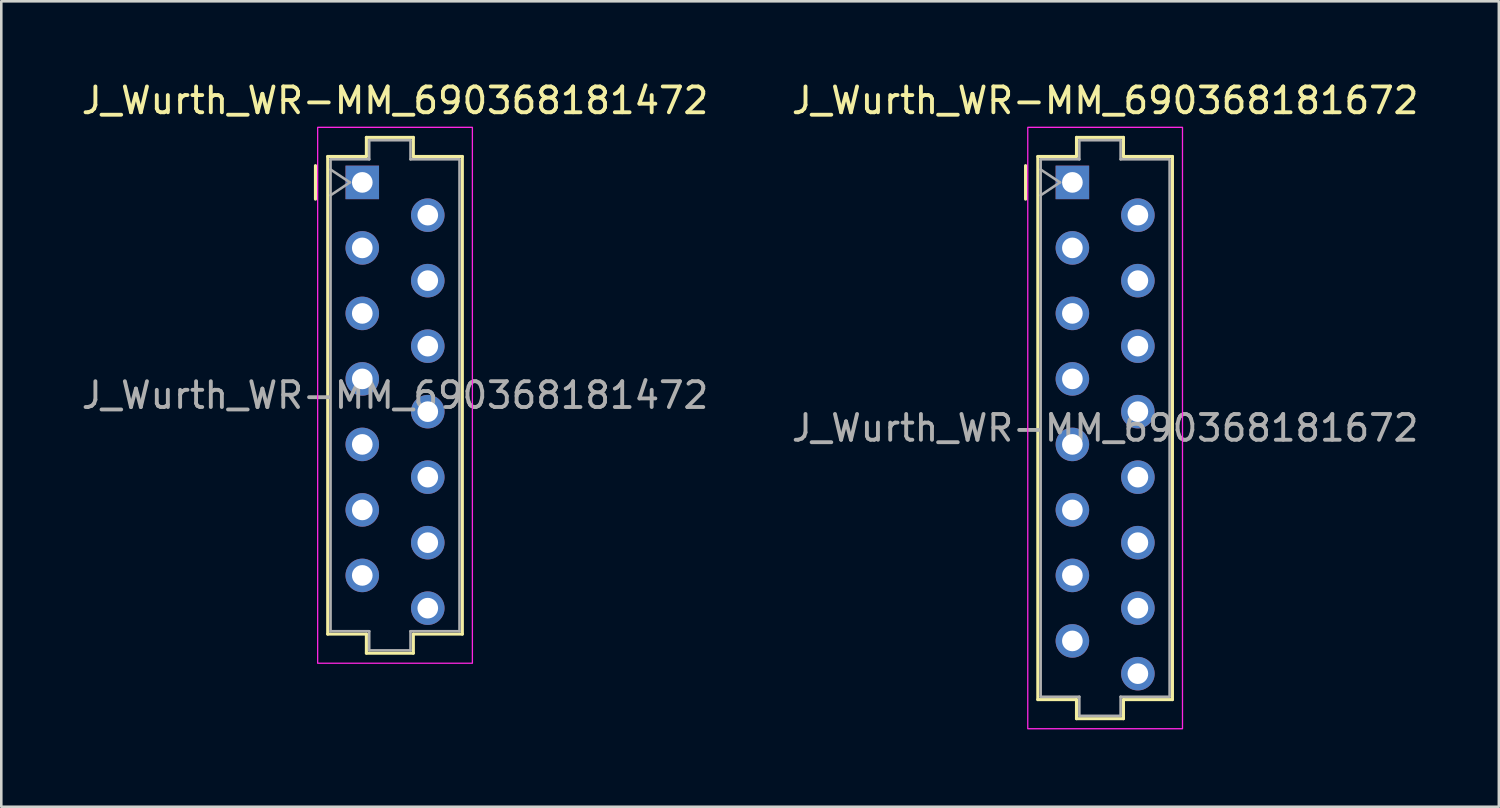
<source format=kicad_pcb>
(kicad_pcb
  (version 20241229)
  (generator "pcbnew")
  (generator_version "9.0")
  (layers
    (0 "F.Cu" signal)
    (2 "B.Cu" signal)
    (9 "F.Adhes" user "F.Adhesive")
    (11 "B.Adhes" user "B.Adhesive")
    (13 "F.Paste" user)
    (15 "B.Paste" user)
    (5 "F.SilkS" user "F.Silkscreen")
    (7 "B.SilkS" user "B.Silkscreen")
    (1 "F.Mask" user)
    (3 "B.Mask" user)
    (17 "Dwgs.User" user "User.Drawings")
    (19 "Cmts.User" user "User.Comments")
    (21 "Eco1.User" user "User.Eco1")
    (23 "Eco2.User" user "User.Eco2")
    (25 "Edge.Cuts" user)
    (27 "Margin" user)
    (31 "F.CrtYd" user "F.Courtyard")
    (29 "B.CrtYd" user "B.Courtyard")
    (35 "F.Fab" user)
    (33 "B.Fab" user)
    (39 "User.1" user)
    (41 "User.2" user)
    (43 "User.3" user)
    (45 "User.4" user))
  (footprint "J_Wurth_WR-MM_690368181472"
    (layer "F.Cu")
    (at 10.998 4.023)
    (property "Reference" "J_Wurth_WR-MM_690368181472" (at 1.27 -3.175 0) (unlocked yes) (layer "F.SilkS") (effects (font (size 1 1) (thickness 0.15))))
    (attr through_hole)
    (fp_line (start -1.815 0.65) (end -1.815 -0.65) (stroke (width 0.12) (type solid)) (layer "F.SilkS"))
    (fp_line (start -1.34 17.515) (end -1.34 -1.005) (stroke (width 0.12) (type solid)) (layer "F.SilkS"))
    (fp_line (start 0.16 -1.005) (end -1.34 -1.005) (stroke (width 0.12) (type solid)) (layer "F.SilkS"))
    (fp_line (start 0.16 -1.005) (end 0.16 -1.745) (stroke (width 0.12) (type solid)) (layer "F.SilkS"))
    (fp_line (start 0.16 17.515) (end -1.34 17.515) (stroke (width 0.12) (type solid)) (layer "F.SilkS"))
    (fp_line (start 0.16 17.515) (end 0.16 18.255) (stroke (width 0.12) (type solid)) (layer "F.SilkS"))
    (fp_line (start 1.98 -1.745) (end 0.16 -1.745) (stroke (width 0.12) (type solid)) (layer "F.SilkS"))
    (fp_line (start 1.98 -1.005) (end 1.98 -1.745) (stroke (width 0.12) (type solid)) (layer "F.SilkS"))
    (fp_line (start 1.98 17.515) (end 1.98 18.255) (stroke (width 0.12) (type solid)) (layer "F.SilkS"))
    (fp_line (start 1.98 18.255) (end 0.16 18.255) (stroke (width 0.12) (type solid)) (layer "F.SilkS"))
    (fp_line (start 3.88 -1.005) (end 1.98 -1.005) (stroke (width 0.12) (type solid)) (layer "F.SilkS"))
    (fp_line (start 3.88 17.515) (end 1.98 17.515) (stroke (width 0.12) (type solid)) (layer "F.SilkS"))
    (fp_line (start 3.88 17.515) (end 3.88 -1.005) (stroke (width 0.12) (type solid)) (layer "F.SilkS"))
    (fp_rect (start -1.73 -2.135) (end 4.27 18.645) (stroke (width 0.05) (type solid)) (fill no) (layer "F.CrtYd"))
    (fp_line (start -1.23 17.405) (end -1.23 -0.895) (stroke (width 0.1) (type solid)) (layer "F.Fab"))
    (fp_line (start -0.48 0) (end -1.23 -0.5) (stroke (width 0.1) (type solid)) (layer "F.Fab"))
    (fp_line (start -0.48 0) (end -1.23 0.5) (stroke (width 0.1) (type solid)) (layer "F.Fab"))
    (fp_line (start 0.27 -1.635) (end 1.87 -1.635) (stroke (width 0.1) (type solid)) (layer "F.Fab"))
    (fp_line (start 0.27 -0.895) (end -1.23 -0.895) (stroke (width 0.1) (type solid)) (layer "F.Fab"))
    (fp_line (start 0.27 -0.895) (end 0.27 -1.635) (stroke (width 0.1) (type solid)) (layer "F.Fab"))
    (fp_line (start 0.27 17.405) (end -1.23 17.405) (stroke (width 0.1) (type solid)) (layer "F.Fab"))
    (fp_line (start 0.27 17.405) (end 0.27 18.145) (stroke (width 0.1) (type solid)) (layer "F.Fab"))
    (fp_line (start 0.27 18.145) (end 1.87 18.145) (stroke (width 0.1) (type solid)) (layer "F.Fab"))
    (fp_line (start 1.87 -0.895) (end 1.87 -1.635) (stroke (width 0.1) (type solid)) (layer "F.Fab"))
    (fp_line (start 1.87 -0.895) (end 3.77 -0.895) (stroke (width 0.1) (type solid)) (layer "F.Fab"))
    (fp_line (start 1.87 17.405) (end 1.87 18.145) (stroke (width 0.1) (type solid)) (layer "F.Fab"))
    (fp_line (start 1.87 17.405) (end 3.77 17.405) (stroke (width 0.1) (type solid)) (layer "F.Fab"))
    (fp_line (start 3.77 17.405) (end 3.77 -0.895) (stroke (width 0.1) (type solid)) (layer "F.Fab"))
    (fp_text user "${REFERENCE}" (at 1.27 8.255 0) (unlocked yes) (layer "F.Fab") (effects (font (size 1 1) (thickness 0.15))))
    (pad "1" thru_hole rect (at 0 0 90) (size 1.3 1.3) (drill 0.8) (layers "*.Cu" "*.Mask"))
    (pad "2" thru_hole circle (at 2.54 1.27 90) (size 1.3 1.3) (drill 0.8) (layers "*.Cu" "*.Mask"))
    (pad "3" thru_hole circle (at 0 2.54 90) (size 1.3 1.3) (drill 0.8) (layers "*.Cu" "*.Mask"))
    (pad "4" thru_hole circle (at 2.54 3.81 90) (size 1.3 1.3) (drill 0.8) (layers "*.Cu" "*.Mask"))
    (pad "5" thru_hole circle (at 0 5.08 90) (size 1.3 1.3) (drill 0.8) (layers "*.Cu" "*.Mask"))
    (pad "6" thru_hole circle (at 2.54 6.35 90) (size 1.3 1.3) (drill 0.8) (layers "*.Cu" "*.Mask"))
    (pad "7" thru_hole circle (at 0 7.62 90) (size 1.3 1.3) (drill 0.8) (layers "*.Cu" "*.Mask"))
    (pad "8" thru_hole circle (at 2.54 8.89 90) (size 1.3 1.3) (drill 0.8) (layers "*.Cu" "*.Mask"))
    (pad "9" thru_hole circle (at 0 10.16 90) (size 1.3 1.3) (drill 0.8) (layers "*.Cu" "*.Mask"))
    (pad "10" thru_hole circle (at 2.54 11.43 90) (size 1.3 1.3) (drill 0.8) (layers "*.Cu" "*.Mask"))
    (pad "11" thru_hole circle (at 0 12.7 90) (size 1.3 1.3) (drill 0.8) (layers "*.Cu" "*.Mask"))
    (pad "12" thru_hole circle (at 2.54 13.97 90) (size 1.3 1.3) (drill 0.8) (layers "*.Cu" "*.Mask"))
    (pad "13" thru_hole circle (at 0 15.24 90) (size 1.3 1.3) (drill 0.8) (layers "*.Cu" "*.Mask"))
    (pad "14" thru_hole circle (at 2.54 16.51 90) (size 1.3 1.3) (drill 0.8) (layers "*.Cu" "*.Mask")))
  (footprint "J_Wurth_WR-MM_690368181672"
    (layer "F.Cu")
    (at 38.534 4.023)
    (property "Reference" "J_Wurth_WR-MM_690368181672" (at 1.27 -3.175 0) (unlocked yes) (layer "F.SilkS") (effects (font (size 1 1) (thickness 0.15))))
    (attr through_hole)
    (fp_line (start -1.815 0.65) (end -1.815 -0.65) (stroke (width 0.12) (type solid)) (layer "F.SilkS"))
    (fp_line (start -1.34 20.055) (end -1.34 -1.005) (stroke (width 0.12) (type solid)) (layer "F.SilkS"))
    (fp_line (start 0.16 -1.005) (end -1.34 -1.005) (stroke (width 0.12) (type solid)) (layer "F.SilkS"))
    (fp_line (start 0.16 -1.005) (end 0.16 -1.745) (stroke (width 0.12) (type solid)) (layer "F.SilkS"))
    (fp_line (start 0.16 20.055) (end -1.34 20.055) (stroke (width 0.12) (type solid)) (layer "F.SilkS"))
    (fp_line (start 0.16 20.055) (end 0.16 20.795) (stroke (width 0.12) (type solid)) (layer "F.SilkS"))
    (fp_line (start 1.98 -1.745) (end 0.16 -1.745) (stroke (width 0.12) (type solid)) (layer "F.SilkS"))
    (fp_line (start 1.98 -1.005) (end 1.98 -1.745) (stroke (width 0.12) (type solid)) (layer "F.SilkS"))
    (fp_line (start 1.98 20.055) (end 1.98 20.795) (stroke (width 0.12) (type solid)) (layer "F.SilkS"))
    (fp_line (start 1.98 20.795) (end 0.16 20.795) (stroke (width 0.12) (type solid)) (layer "F.SilkS"))
    (fp_line (start 3.88 -1.005) (end 1.98 -1.005) (stroke (width 0.12) (type solid)) (layer "F.SilkS"))
    (fp_line (start 3.88 20.055) (end 1.98 20.055) (stroke (width 0.12) (type solid)) (layer "F.SilkS"))
    (fp_line (start 3.88 20.055) (end 3.88 -1.005) (stroke (width 0.12) (type solid)) (layer "F.SilkS"))
    (fp_rect (start -1.73 -2.135) (end 4.27 21.185) (stroke (width 0.05) (type solid)) (fill no) (layer "F.CrtYd"))
    (fp_line (start -1.23 19.945) (end -1.23 -0.895) (stroke (width 0.1) (type solid)) (layer "F.Fab"))
    (fp_line (start -0.48 0) (end -1.23 -0.5) (stroke (width 0.1) (type solid)) (layer "F.Fab"))
    (fp_line (start -0.48 0) (end -1.23 0.5) (stroke (width 0.1) (type solid)) (layer "F.Fab"))
    (fp_line (start 0.27 -1.635) (end 1.87 -1.635) (stroke (width 0.1) (type solid)) (layer "F.Fab"))
    (fp_line (start 0.27 -0.895) (end -1.23 -0.895) (stroke (width 0.1) (type solid)) (layer "F.Fab"))
    (fp_line (start 0.27 -0.895) (end 0.27 -1.635) (stroke (width 0.1) (type solid)) (layer "F.Fab"))
    (fp_line (start 0.27 19.945) (end -1.23 19.945) (stroke (width 0.1) (type solid)) (layer "F.Fab"))
    (fp_line (start 0.27 19.945) (end 0.27 20.685) (stroke (width 0.1) (type solid)) (layer "F.Fab"))
    (fp_line (start 0.27 20.685) (end 1.87 20.685) (stroke (width 0.1) (type solid)) (layer "F.Fab"))
    (fp_line (start 1.87 -0.895) (end 1.87 -1.635) (stroke (width 0.1) (type solid)) (layer "F.Fab"))
    (fp_line (start 1.87 -0.895) (end 3.77 -0.895) (stroke (width 0.1) (type solid)) (layer "F.Fab"))
    (fp_line (start 1.87 19.945) (end 1.87 20.685) (stroke (width 0.1) (type solid)) (layer "F.Fab"))
    (fp_line (start 1.87 19.945) (end 3.77 19.945) (stroke (width 0.1) (type solid)) (layer "F.Fab"))
    (fp_line (start 3.77 19.945) (end 3.77 -0.895) (stroke (width 0.1) (type solid)) (layer "F.Fab"))
    (fp_text user "${REFERENCE}" (at 1.27 9.525 0) (unlocked yes) (layer "F.Fab") (effects (font (size 1 1) (thickness 0.15))))
    (pad "1" thru_hole rect (at 0 0 90) (size 1.3 1.3) (drill 0.8) (layers "*.Cu" "*.Mask"))
    (pad "2" thru_hole circle (at 2.54 1.27 90) (size 1.3 1.3) (drill 0.8) (layers "*.Cu" "*.Mask"))
    (pad "3" thru_hole circle (at 0 2.54 90) (size 1.3 1.3) (drill 0.8) (layers "*.Cu" "*.Mask"))
    (pad "4" thru_hole circle (at 2.54 3.81 90) (size 1.3 1.3) (drill 0.8) (layers "*.Cu" "*.Mask"))
    (pad "5" thru_hole circle (at 0 5.08 90) (size 1.3 1.3) (drill 0.8) (layers "*.Cu" "*.Mask"))
    (pad "6" thru_hole circle (at 2.54 6.35 90) (size 1.3 1.3) (drill 0.8) (layers "*.Cu" "*.Mask"))
    (pad "7" thru_hole circle (at 0 7.62 90) (size 1.3 1.3) (drill 0.8) (layers "*.Cu" "*.Mask"))
    (pad "8" thru_hole circle (at 2.54 8.89 90) (size 1.3 1.3) (drill 0.8) (layers "*.Cu" "*.Mask"))
    (pad "9" thru_hole circle (at 0 10.16 90) (size 1.3 1.3) (drill 0.8) (layers "*.Cu" "*.Mask"))
    (pad "10" thru_hole circle (at 2.54 11.43 90) (size 1.3 1.3) (drill 0.8) (layers "*.Cu" "*.Mask"))
    (pad "11" thru_hole circle (at 0 12.7 90) (size 1.3 1.3) (drill 0.8) (layers "*.Cu" "*.Mask"))
    (pad "12" thru_hole circle (at 2.54 13.97 90) (size 1.3 1.3) (drill 0.8) (layers "*.Cu" "*.Mask"))
    (pad "13" thru_hole circle (at 0 15.24 90) (size 1.3 1.3) (drill 0.8) (layers "*.Cu" "*.Mask"))
    (pad "14" thru_hole circle (at 2.54 16.51 90) (size 1.3 1.3) (drill 0.8) (layers "*.Cu" "*.Mask"))
    (pad "15" thru_hole circle (at 0 17.78 90) (size 1.3 1.3) (drill 0.8) (layers "*.Cu" "*.Mask"))
    (pad "16" thru_hole circle (at 2.54 19.05 90) (size 1.3 1.3) (drill 0.8) (layers "*.Cu" "*.Mask")))
  (gr_rect
    (start -3 -3)
    (end 55.071 28.233)
    (stroke (width 0.1) (type default))
    (fill no)
    (layer "Edge.Cuts")))
</source>
